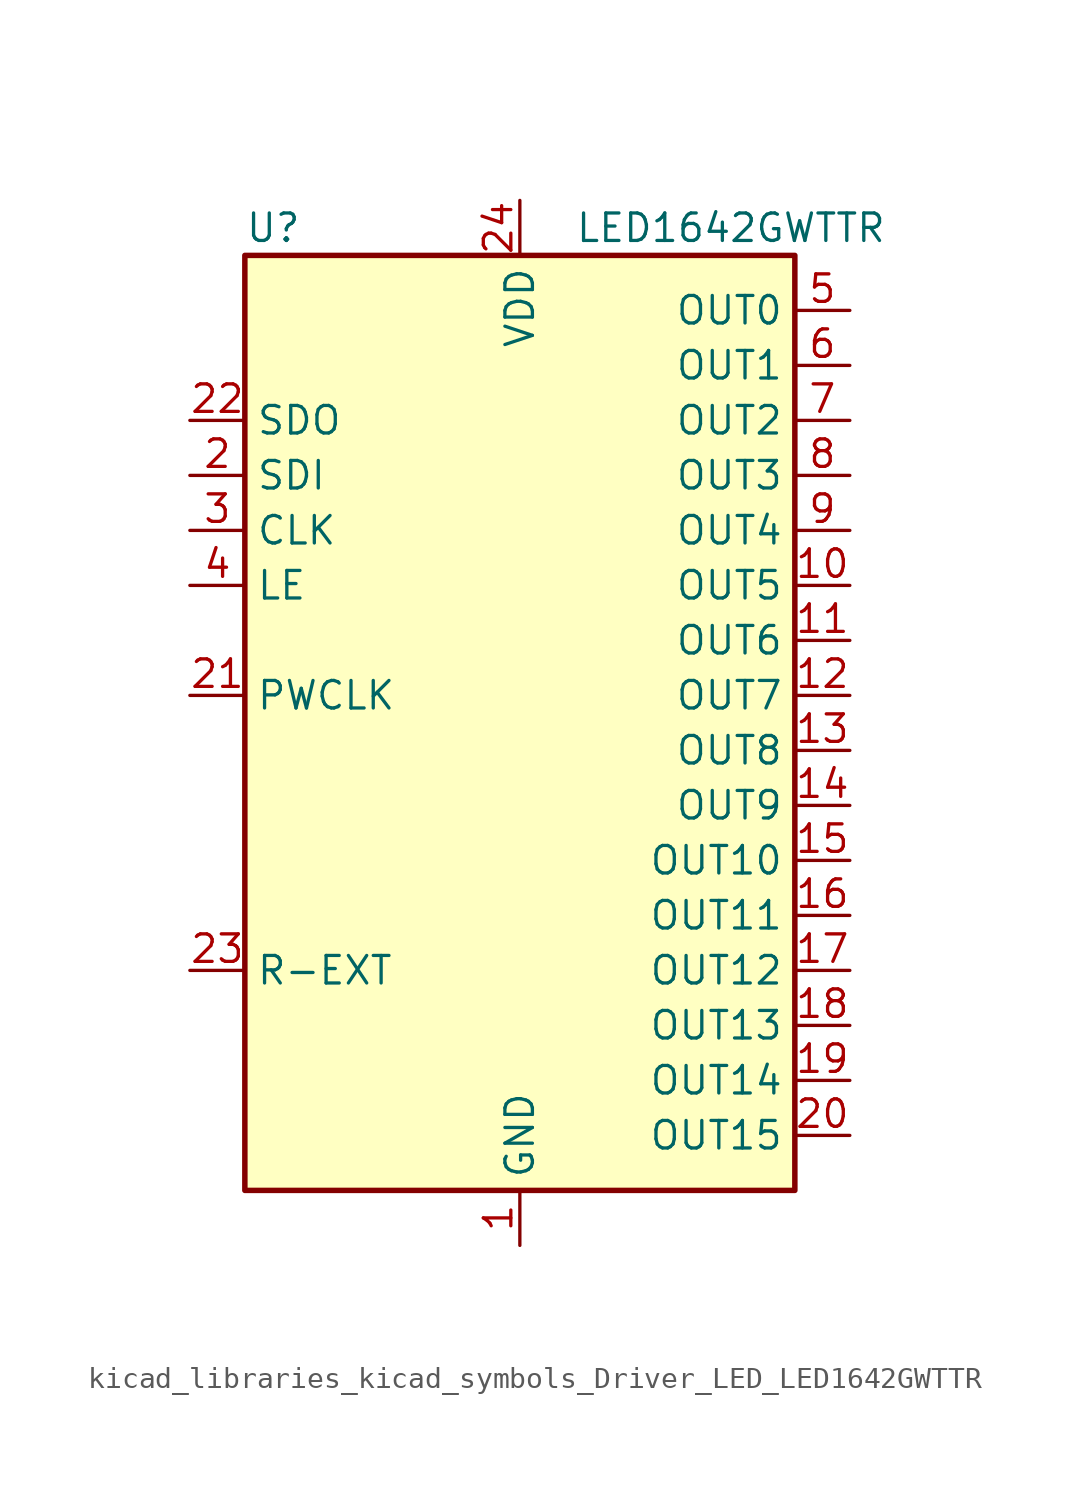
<source format=kicad_sym>
(kicad_symbol_lib
  (version 20220914)
  (generator kicad_symbol_editor)
  (symbol "kicad_libraries_kicad_symbols_Driver_LED_LED1642GWTTR"
    (property "Reference" "U"
      (at -12.7 21.59 0)
      (effects (font (size 1.27 1.27)) (justify left)))
    (property "Value" "LED1642GWTTR"
      (at 2.54 21.59 0)
      (effects (font (size 1.27 1.27)) (justify left)))
    (symbol "kicad_libraries_kicad_symbols_Driver_LED_LED1642GWTTR_0_1"
      (rectangle (start -12.7 20.32) (end 12.7 -22.86) (stroke (width 0.254) (type default)) (fill (type background))))
    (symbol "kicad_libraries_kicad_symbols_Driver_LED_LED1642GWTTR_1_1"
      (pin power_in line (at 0 -25.4 90) (length 2.54) (name "GND" (effects (font (size 1.27 1.27)))) (number "1" (effects (font (size 1.27 1.27)))))
      (pin output line (at 15.24 5.08 180) (length 2.54) (name "OUT5" (effects (font (size 1.27 1.27)))) (number "10" (effects (font (size 1.27 1.27)))))
      (pin output line (at 15.24 2.54 180) (length 2.54) (name "OUT6" (effects (font (size 1.27 1.27)))) (number "11" (effects (font (size 1.27 1.27)))))
      (pin output line (at 15.24 0 180) (length 2.54) (name "OUT7" (effects (font (size 1.27 1.27)))) (number "12" (effects (font (size 1.27 1.27)))))
      (pin output line (at 15.24 -2.54 180) (length 2.54) (name "OUT8" (effects (font (size 1.27 1.27)))) (number "13" (effects (font (size 1.27 1.27)))))
      (pin output line (at 15.24 -5.08 180) (length 2.54) (name "OUT9" (effects (font (size 1.27 1.27)))) (number "14" (effects (font (size 1.27 1.27)))))
      (pin output line (at 15.24 -7.62 180) (length 2.54) (name "OUT10" (effects (font (size 1.27 1.27)))) (number "15" (effects (font (size 1.27 1.27)))))
      (pin output line (at 15.24 -10.16 180) (length 2.54) (name "OUT11" (effects (font (size 1.27 1.27)))) (number "16" (effects (font (size 1.27 1.27)))))
      (pin output line (at 15.24 -12.7 180) (length 2.54) (name "OUT12" (effects (font (size 1.27 1.27)))) (number "17" (effects (font (size 1.27 1.27)))))
      (pin output line (at 15.24 -15.24 180) (length 2.54) (name "OUT13" (effects (font (size 1.27 1.27)))) (number "18" (effects (font (size 1.27 1.27)))))
      (pin output line (at 15.24 -17.78 180) (length 2.54) (name "OUT14" (effects (font (size 1.27 1.27)))) (number "19" (effects (font (size 1.27 1.27)))))
      (pin input line (at -15.24 10.16 0) (length 2.54) (name "SDI" (effects (font (size 1.27 1.27)))) (number "2" (effects (font (size 1.27 1.27)))))
      (pin output line (at 15.24 -20.32 180) (length 2.54) (name "OUT15" (effects (font (size 1.27 1.27)))) (number "20" (effects (font (size 1.27 1.27)))))
      (pin input line (at -15.24 0 0) (length 2.54) (name "PWCLK" (effects (font (size 1.27 1.27)))) (number "21" (effects (font (size 1.27 1.27)))))
      (pin output line (at -15.24 12.7 0) (length 2.54) (name "SDO" (effects (font (size 1.27 1.27)))) (number "22" (effects (font (size 1.27 1.27)))))
      (pin passive line (at -15.24 -12.7 0) (length 2.54) (name "R-EXT" (effects (font (size 1.27 1.27)))) (number "23" (effects (font (size 1.27 1.27)))))
      (pin power_in line (at 0 22.86 270) (length 2.54) (name "VDD" (effects (font (size 1.27 1.27)))) (number "24" (effects (font (size 1.27 1.27)))))
      (pin input line (at -15.24 7.62 0) (length 2.54) (name "CLK" (effects (font (size 1.27 1.27)))) (number "3" (effects (font (size 1.27 1.27)))))
      (pin input line (at -15.24 5.08 0) (length 2.54) (name "LE" (effects (font (size 1.27 1.27)))) (number "4" (effects (font (size 1.27 1.27)))))
      (pin output line (at 15.24 17.78 180) (length 2.54) (name "OUT0" (effects (font (size 1.27 1.27)))) (number "5" (effects (font (size 1.27 1.27)))))
      (pin output line (at 15.24 15.24 180) (length 2.54) (name "OUT1" (effects (font (size 1.27 1.27)))) (number "6" (effects (font (size 1.27 1.27)))))
      (pin output line (at 15.24 12.7 180) (length 2.54) (name "OUT2" (effects (font (size 1.27 1.27)))) (number "7" (effects (font (size 1.27 1.27)))))
      (pin output line (at 15.24 10.16 180) (length 2.54) (name "OUT3" (effects (font (size 1.27 1.27)))) (number "8" (effects (font (size 1.27 1.27)))))
      (pin output line (at 15.24 7.62 180) (length 2.54) (name "OUT4" (effects (font (size 1.27 1.27)))) (number "9" (effects (font (size 1.27 1.27))))))))
</source>
